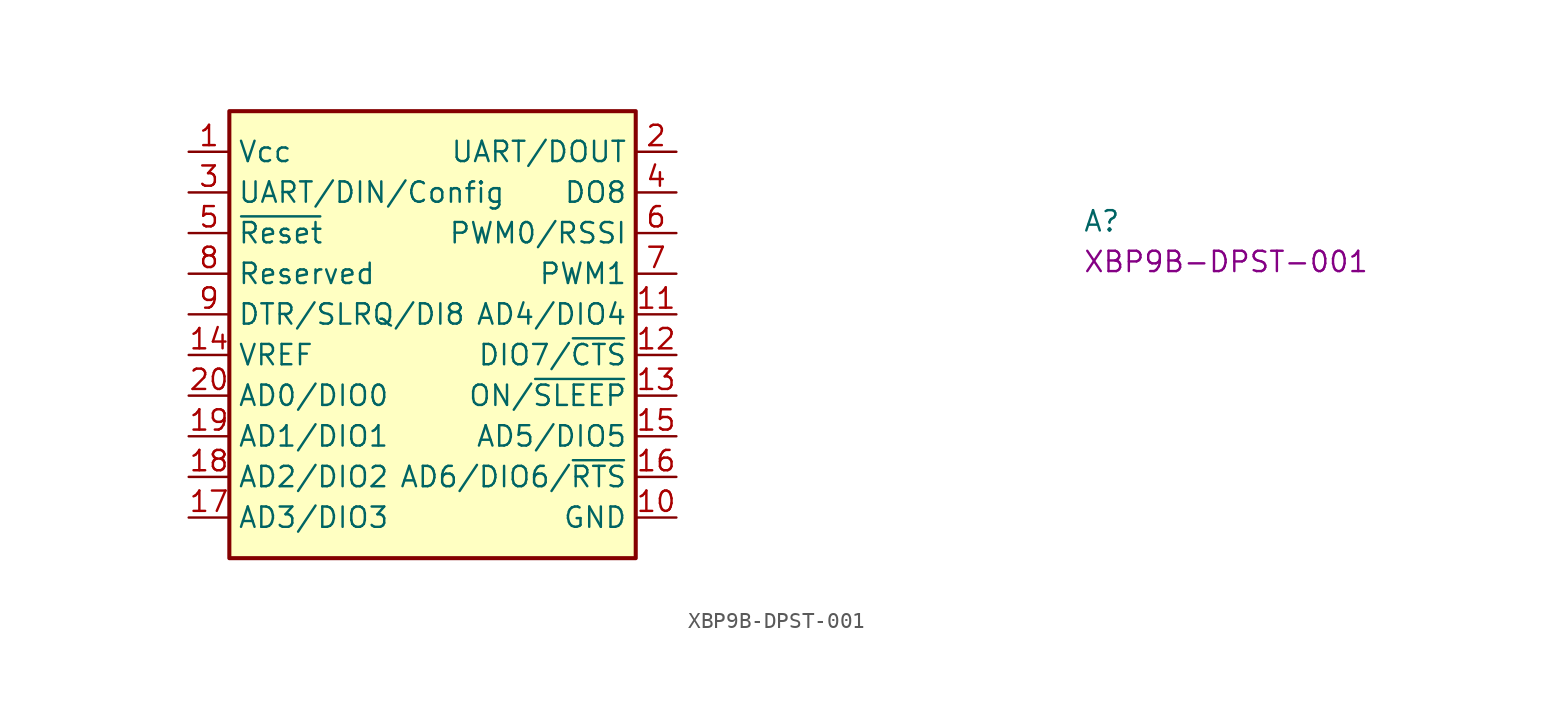
<source format=kicad_sym>
(kicad_symbol_lib
  (version 20220914)
  (generator kicad_symbol_editor)
  (symbol "XBP9B-DPST-001"
    (property "Reference" "A"
      (at 55.88 -5.08 0)
      (effects (font (size 1.27 1.27) (thickness 0.15)) (justify left bottom)))
    (property "MPN" "XBP9B-DPST-001"
      (at 55.88 -7.62 0)
      (effects (font (size 1.27 1.27) (thickness 0.15)) (justify left bottom)))
    (symbol "XBP9B-DPST-001_1_1"
      (rectangle (start 2.54 2.54) (end 27.94 -25.4) (stroke (width 0.254) (type default)) (fill (type background)))
      (pin power_in line (at 0 0 0) (length 2.54) (name "Vcc" (effects (font (size 1.27 1.27)))) (number "1" (effects (font (size 1.27 1.27)))))
      (pin power_in line (at 30.48 -22.86 180) (length 2.54) (name "GND" (effects (font (size 1.27 1.27)))) (number "10" (effects (font (size 1.27 1.27)))))
      (pin bidirectional line (at 30.48 -10.16 180) (length 2.54) (name "AD4/DIO4" (effects (font (size 1.27 1.27)))) (number "11" (effects (font (size 1.27 1.27)))))
      (pin bidirectional line (at 30.48 -12.7 180) (length 2.54) (name "DIO7/~{CTS}" (effects (font (size 1.27 1.27)))) (number "12" (effects (font (size 1.27 1.27)))))
      (pin output line (at 30.48 -15.24 180) (length 2.54) (name "ON/~{SLEEP}" (effects (font (size 1.27 1.27)))) (number "13" (effects (font (size 1.27 1.27)))))
      (pin input line (at 0 -12.7 0) (length 2.54) (name "VREF" (effects (font (size 1.27 1.27)))) (number "14" (effects (font (size 1.27 1.27)))))
      (pin bidirectional line (at 30.48 -17.78 180) (length 2.54) (name "AD5/DIO5" (effects (font (size 1.27 1.27)))) (number "15" (effects (font (size 1.27 1.27)))))
      (pin bidirectional line (at 30.48 -20.32 180) (length 2.54) (name "AD6/DIO6/~{RTS}" (effects (font (size 1.27 1.27)))) (number "16" (effects (font (size 1.27 1.27)))))
      (pin bidirectional line (at 0 -22.86 0) (length 2.54) (name "AD3/DIO3" (effects (font (size 1.27 1.27)))) (number "17" (effects (font (size 1.27 1.27)))))
      (pin bidirectional line (at 0 -20.32 0) (length 2.54) (name "AD2/DIO2" (effects (font (size 1.27 1.27)))) (number "18" (effects (font (size 1.27 1.27)))))
      (pin bidirectional line (at 0 -17.78 0) (length 2.54) (name "AD1/DIO1" (effects (font (size 1.27 1.27)))) (number "19" (effects (font (size 1.27 1.27)))))
      (pin output line (at 30.48 0 180) (length 2.54) (name "UART/DOUT" (effects (font (size 1.27 1.27)))) (number "2" (effects (font (size 1.27 1.27)))))
      (pin bidirectional line (at 0 -15.24 0) (length 2.54) (name "AD0/DIO0" (effects (font (size 1.27 1.27)))) (number "20" (effects (font (size 1.27 1.27)))))
      (pin input line (at 0 -2.54 0) (length 2.54) (name "UART/DIN/Config" (effects (font (size 1.27 1.27)))) (number "3" (effects (font (size 1.27 1.27)))))
      (pin output line (at 30.48 -2.54 180) (length 2.54) (name "DO8" (effects (font (size 1.27 1.27)))) (number "4" (effects (font (size 1.27 1.27)))))
      (pin input line (at 0 -5.08 0) (length 2.54) (name "~{Reset}" (effects (font (size 1.27 1.27)))) (number "5" (effects (font (size 1.27 1.27)))))
      (pin output line (at 30.48 -5.08 180) (length 2.54) (name "PWM0/RSSI" (effects (font (size 1.27 1.27)))) (number "6" (effects (font (size 1.27 1.27)))))
      (pin output line (at 30.48 -7.62 180) (length 2.54) (name "PWM1" (effects (font (size 1.27 1.27)))) (number "7" (effects (font (size 1.27 1.27)))))
      (pin bidirectional line (at 0 -7.62 0) (length 2.54) (name "Reserved" (effects (font (size 1.27 1.27)))) (number "8" (effects (font (size 1.27 1.27)))))
      (pin input line (at 0 -10.16 0) (length 2.54) (name "DTR/SLRQ/DI8" (effects (font (size 1.27 1.27)))) (number "9" (effects (font (size 1.27 1.27))))))))
</source>
